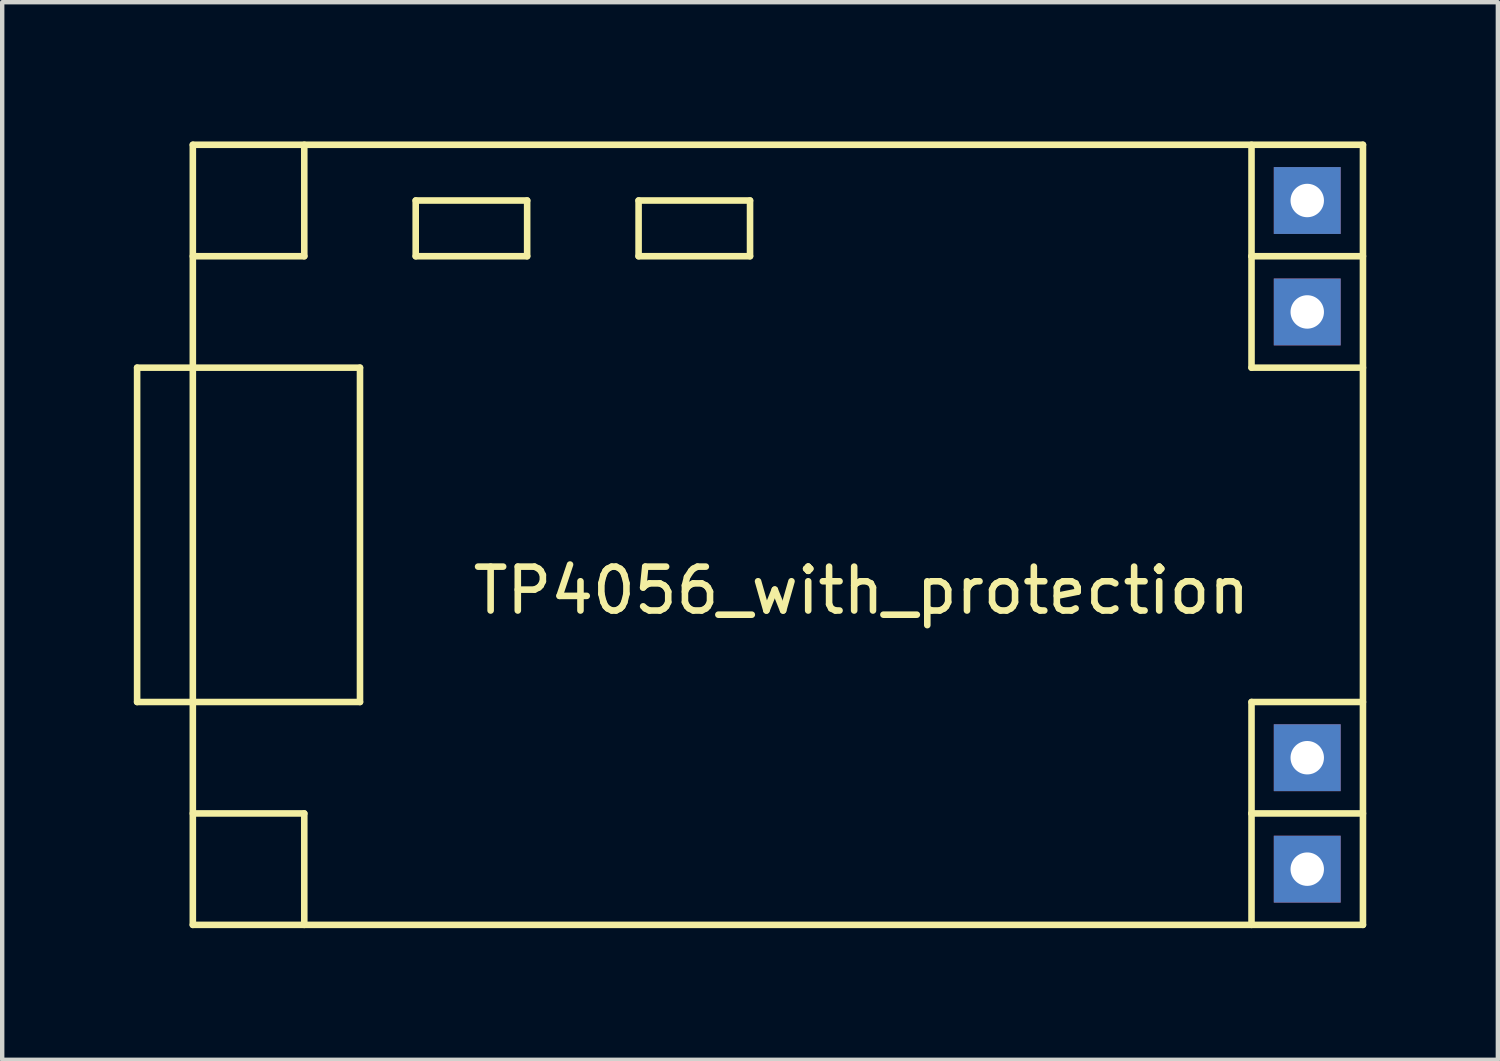
<source format=kicad_pcb>
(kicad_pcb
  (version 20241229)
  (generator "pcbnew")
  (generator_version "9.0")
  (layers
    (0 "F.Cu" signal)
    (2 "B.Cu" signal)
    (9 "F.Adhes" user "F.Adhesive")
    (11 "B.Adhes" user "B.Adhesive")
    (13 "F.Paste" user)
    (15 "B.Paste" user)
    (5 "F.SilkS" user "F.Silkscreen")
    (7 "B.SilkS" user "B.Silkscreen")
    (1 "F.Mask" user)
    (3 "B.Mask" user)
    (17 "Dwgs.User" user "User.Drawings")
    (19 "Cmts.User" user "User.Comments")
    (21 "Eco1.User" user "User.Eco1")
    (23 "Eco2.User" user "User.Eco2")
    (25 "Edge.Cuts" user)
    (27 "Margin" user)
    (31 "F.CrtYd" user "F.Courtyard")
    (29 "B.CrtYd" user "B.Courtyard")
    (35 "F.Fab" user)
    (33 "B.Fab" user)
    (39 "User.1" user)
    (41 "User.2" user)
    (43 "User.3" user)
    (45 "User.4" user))
  (footprint "TP4056_with_protection"
    (layer "F.Cu")
    (at 1.345 0.25)
    (property "Reference" "TP4056_with_protection" (at 15.24 10.16 0) (layer "F.SilkS") (effects (font (size 1 1) (thickness 0.15))))
    (attr through_hole)
    (fp_line (start -1.27 5.08) (end 3.81 5.08) (stroke (width 0.15) (type solid)) (layer "F.SilkS"))
    (fp_line (start -1.27 12.7) (end -1.27 5.08) (stroke (width 0.15) (type solid)) (layer "F.SilkS"))
    (fp_line (start 0 0) (end 26.67 0) (stroke (width 0.15) (type solid)) (layer "F.SilkS"))
    (fp_line (start 0 2.54) (end 2.54 2.54) (stroke (width 0.15) (type solid)) (layer "F.SilkS"))
    (fp_line (start 0 15.24) (end 2.54 15.24) (stroke (width 0.15) (type solid)) (layer "F.SilkS"))
    (fp_line (start 0 17.78) (end 0 0) (stroke (width 0.15) (type solid)) (layer "F.SilkS"))
    (fp_line (start 2.54 2.54) (end 2.54 0) (stroke (width 0.15) (type solid)) (layer "F.SilkS"))
    (fp_line (start 2.54 15.24) (end 2.54 17.78) (stroke (width 0.15) (type solid)) (layer "F.SilkS"))
    (fp_line (start 3.81 5.08) (end 3.81 12.7) (stroke (width 0.15) (type solid)) (layer "F.SilkS"))
    (fp_line (start 3.81 12.7) (end -1.27 12.7) (stroke (width 0.15) (type solid)) (layer "F.SilkS"))
    (fp_line (start 5.08 1.27) (end 7.62 1.27) (stroke (width 0.15) (type solid)) (layer "F.SilkS"))
    (fp_line (start 5.08 2.54) (end 5.08 1.27) (stroke (width 0.15) (type solid)) (layer "F.SilkS"))
    (fp_line (start 7.62 1.27) (end 7.62 2.54) (stroke (width 0.15) (type solid)) (layer "F.SilkS"))
    (fp_line (start 7.62 2.54) (end 5.08 2.54) (stroke (width 0.15) (type solid)) (layer "F.SilkS"))
    (fp_line (start 10.16 1.27) (end 12.7 1.27) (stroke (width 0.15) (type solid)) (layer "F.SilkS"))
    (fp_line (start 10.16 2.54) (end 10.16 1.27) (stroke (width 0.15) (type solid)) (layer "F.SilkS"))
    (fp_line (start 12.7 1.27) (end 12.7 2.54) (stroke (width 0.15) (type solid)) (layer "F.SilkS"))
    (fp_line (start 12.7 2.54) (end 10.16 2.54) (stroke (width 0.15) (type solid)) (layer "F.SilkS"))
    (fp_line (start 24.13 0) (end 24.13 2.54) (stroke (width 0.15) (type solid)) (layer "F.SilkS"))
    (fp_line (start 24.13 2.54) (end 24.13 5.08) (stroke (width 0.15) (type solid)) (layer "F.SilkS"))
    (fp_line (start 24.13 2.54) (end 26.67 2.54) (stroke (width 0.15) (type solid)) (layer "F.SilkS"))
    (fp_line (start 24.13 5.08) (end 26.67 5.08) (stroke (width 0.15) (type solid)) (layer "F.SilkS"))
    (fp_line (start 24.13 12.7) (end 24.13 15.24) (stroke (width 0.15) (type solid)) (layer "F.SilkS"))
    (fp_line (start 24.13 15.24) (end 24.13 17.78) (stroke (width 0.15) (type solid)) (layer "F.SilkS"))
    (fp_line (start 24.13 15.24) (end 26.67 15.24) (stroke (width 0.15) (type solid)) (layer "F.SilkS"))
    (fp_line (start 26.67 0) (end 26.67 17.78) (stroke (width 0.15) (type solid)) (layer "F.SilkS"))
    (fp_line (start 26.67 12.7) (end 24.13 12.7) (stroke (width 0.15) (type solid)) (layer "F.SilkS"))
    (fp_line (start 26.67 17.78) (end 0 17.78) (stroke (width 0.15) (type solid)) (layer "F.SilkS"))
    (pad "1" thru_hole rect (at 25.4 1.27) (size 1.524 1.524) (drill 0.762) (layers "*.Cu" "*.Mask"))
    (pad "2" thru_hole rect (at 25.4 3.81) (size 1.524 1.524) (drill 0.762) (layers "*.Cu" "*.Mask"))
    (pad "3" thru_hole rect (at 25.4 13.97) (size 1.524 1.524) (drill 0.762) (layers "*.Cu" "*.Mask"))
    (pad "4" thru_hole rect (at 25.4 16.51) (size 1.524 1.524) (drill 0.762) (layers "*.Cu" "*.Mask")))
  (gr_rect
    (start -3 -3)
    (end 31.09 21.105)
    (stroke (width 0.1) (type default))
    (fill no)
    (layer "Edge.Cuts")))
</source>
